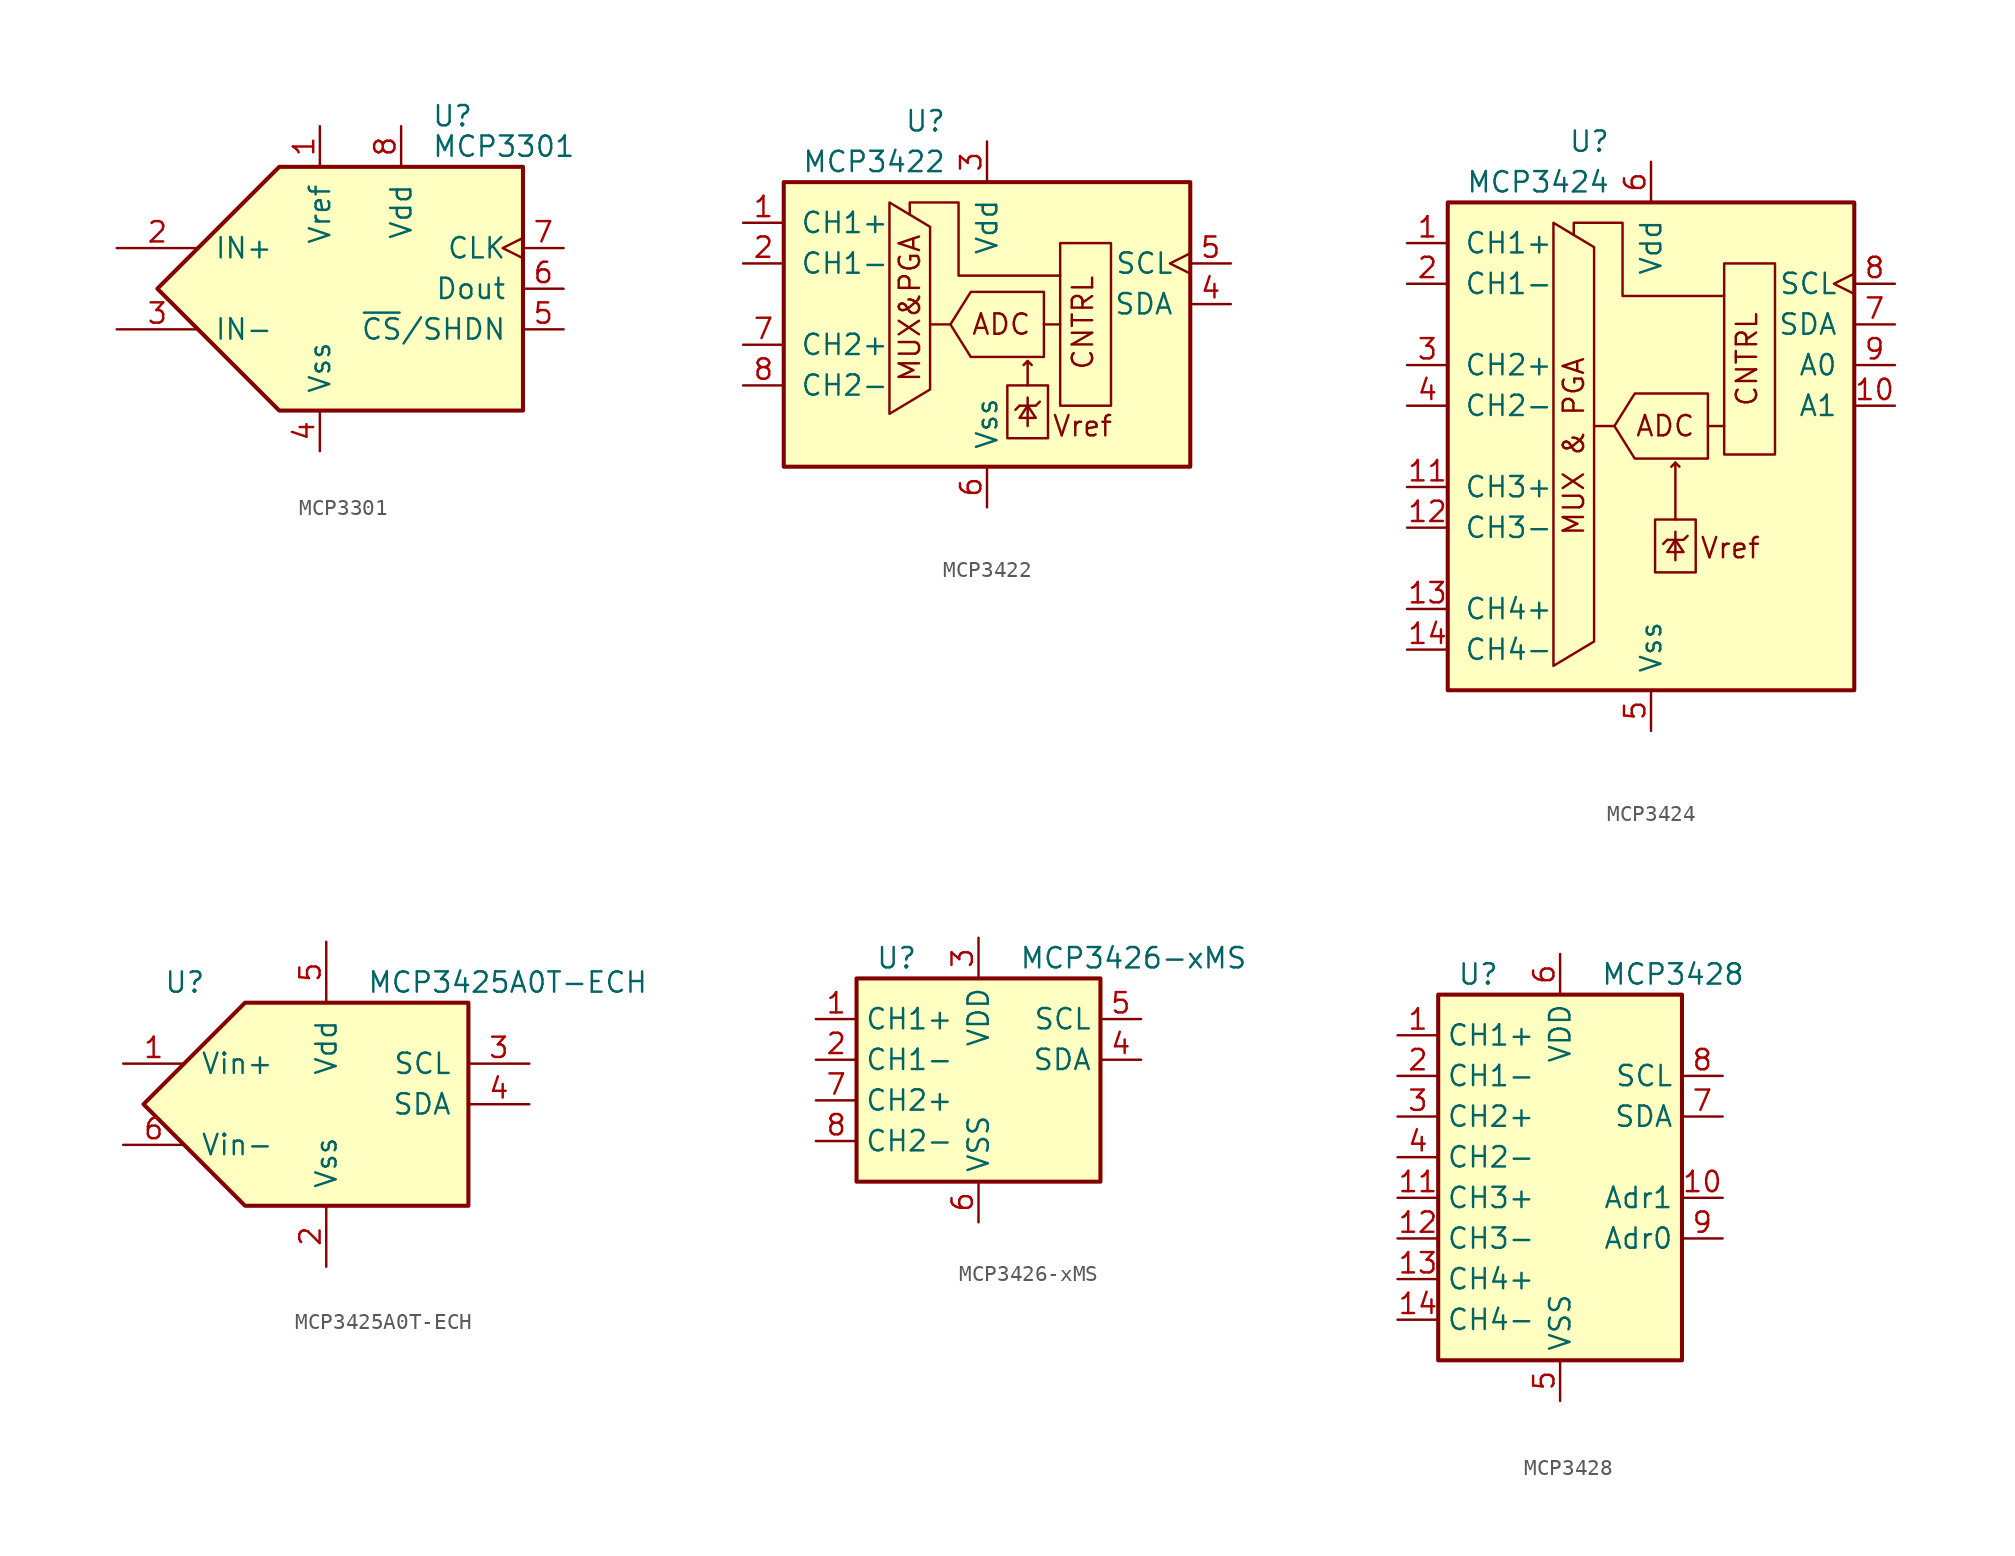
<source format=kicad_sym>
(kicad_symbol_lib
  (version 20200908)
  (generator kicad_symbol_editor)
  (symbol "Analog_ADC:MCP3301"
    (pin_names
      (offset 1.016))
    (property "Reference" "U"
      (at 4.445 10.795 0)
      (effects (font (size 1.27 1.27)) (justify left)))
    (property "Value" "MCP3301"
      (at 4.445 8.89 0)
      (effects (font (size 1.27 1.27)) (justify left)))
    (symbol "MCP3301_0_0"
      (polyline (pts (xy -12.7 0) (xy -5.08 7.62) (xy 10.16 7.62) (xy 10.16 -7.62) (xy -5.08 -7.62) (xy -12.7 0)) (stroke (width 0.254)) (fill (type background))))
    (symbol "MCP3301_1_1"
      (pin power_in line (at -2.54 10.16 270) (length 2.54) (name "Vref" (effects (font (size 1.27 1.27)))) (number "1" (effects (font (size 1.27 1.27)))))
      (pin input line (at -15.24 2.54 0) (length 5.08) (name "IN+" (effects (font (size 1.27 1.27)))) (number "2" (effects (font (size 1.27 1.27)))))
      (pin input line (at -15.24 -2.54 0) (length 5.08) (name "IN-" (effects (font (size 1.27 1.27)))) (number "3" (effects (font (size 1.27 1.27)))))
      (pin power_in line (at -2.54 -10.16 90) (length 2.54) (name "Vss" (effects (font (size 1.27 1.27)))) (number "4" (effects (font (size 1.27 1.27)))))
      (pin input line (at 12.7 -2.54 180) (length 2.54) (name "~CS~/SHDN" (effects (font (size 1.27 1.27)))) (number "5" (effects (font (size 1.27 1.27)))))
      (pin output line (at 12.7 0 180) (length 2.54) (name "Dout" (effects (font (size 1.27 1.27)))) (number "6" (effects (font (size 1.27 1.27)))))
      (pin input clock (at 12.7 2.54 180) (length 2.54) (name "CLK" (effects (font (size 1.27 1.27)))) (number "7" (effects (font (size 1.27 1.27)))))
      (pin power_in line (at 2.54 10.16 270) (length 2.54) (name "Vdd" (effects (font (size 1.27 1.27)))) (number "8" (effects (font (size 1.27 1.27)))))))
  (symbol "Analog_ADC:MCP3422"
    (pin_names
      (offset 1.016))
    (property "Reference" "U"
      (at -2.54 11.43 0)
      (effects (font (size 1.27 1.27)) (justify right)))
    (property "Value" "MCP3422"
      (at -2.54 8.89 0)
      (effects (font (size 1.27 1.27)) (justify right)))
    (symbol "MCP3422_0_0"
      (text "ADC" (at 0.889 -1.27 0) (effects (font (size 1.27 1.27))))
      (text "CNTRL" (at 6.731 -4.191 900) (effects (font (size 1.27 1.27)) (justify left bottom)))
      (text "MUX&PGA" (at -4.826 -0.254 900) (effects (font (size 1.27 1.27))))
      (text "Vref" (at 5.969 -7.62 0) (effects (font (size 1.27 1.27))))
      (polyline (pts (xy -6.096 6.35) (xy -3.556 4.826) (xy -3.556 -5.334) (xy -6.096 -6.858) (xy -6.096 6.35)) (stroke (width 0)) (fill (type none)))
      (polyline (pts (xy 4.572 1.778) (xy -1.778 1.778) (xy -1.778 6.35) (xy -4.826 6.35) (xy -4.826 5.588)) (stroke (width 0)) (fill (type none)))
      (polyline (pts (xy 3.556 0.762) (xy 3.556 -3.302) (xy -1.016 -3.302) (xy -2.286 -1.27) (xy -1.016 0.762) (xy 3.556 0.762)) (stroke (width 0)) (fill (type none))))
    (symbol "MCP3422_0_1"
      (rectangle (start 1.27 -5.08) (end 3.81 -8.382) (stroke (width 0)) (fill (type none)))
      (rectangle (start 4.572 -6.35) (end 7.747 3.81) (stroke (width 0)) (fill (type none)))
      (rectangle (start 12.7 7.62) (end -12.7 -10.16) (stroke (width 0.254)) (fill (type background)))
      (polyline (pts (xy -3.556 -1.27) (xy -2.286 -1.27)) (stroke (width 0)) (fill (type none)))
      (polyline (pts (xy 2.032 -6.35) (xy 1.778 -6.604)) (stroke (width 0)) (fill (type none)))
      (polyline (pts (xy 2.54 -5.842) (xy 2.54 -7.62)) (stroke (width 0)) (fill (type none)))
      (polyline (pts (xy 2.54 -3.556) (xy 2.794 -3.81)) (stroke (width 0)) (fill (type none)))
      (polyline (pts (xy 3.556 -1.27) (xy 4.572 -1.27)) (stroke (width 0)) (fill (type none)))
      (polyline (pts (xy 2.032 -6.35) (xy 3.048 -6.35) (xy 3.302 -6.096)) (stroke (width 0)) (fill (type none)))
      (polyline (pts (xy 2.54 -5.08) (xy 2.54 -3.556) (xy 2.286 -3.81)) (stroke (width 0)) (fill (type none)))
      (polyline (pts (xy 2.54 -6.35) (xy 2.032 -7.112) (xy 3.048 -7.112) (xy 2.54 -6.35)) (stroke (width 0)) (fill (type none))))
    (symbol "MCP3422_1_1"
      (pin input line (at -15.24 5.08 0) (length 2.54) (name "CH1+" (effects (font (size 1.27 1.27)))) (number "1" (effects (font (size 1.27 1.27)))))
      (pin input line (at -15.24 2.54 0) (length 2.54) (name "CH1-" (effects (font (size 1.27 1.27)))) (number "2" (effects (font (size 1.27 1.27)))))
      (pin power_in line (at 0 10.16 270) (length 2.54) (name "Vdd" (effects (font (size 1.27 1.27)))) (number "3" (effects (font (size 1.27 1.27)))))
      (pin bidirectional line (at 15.24 0 180) (length 2.54) (name "SDA" (effects (font (size 1.27 1.27)))) (number "4" (effects (font (size 1.27 1.27)))))
      (pin input clock (at 15.24 2.54 180) (length 2.54) (name "SCL" (effects (font (size 1.27 1.27)))) (number "5" (effects (font (size 1.27 1.27)))))
      (pin power_in line (at 0 -12.7 90) (length 2.54) (name "Vss" (effects (font (size 1.27 1.27)))) (number "6" (effects (font (size 1.27 1.27)))))
      (pin input line (at -15.24 -2.54 0) (length 2.54) (name "CH2+" (effects (font (size 1.27 1.27)))) (number "7" (effects (font (size 1.27 1.27)))))
      (pin input line (at -15.24 -5.08 0) (length 2.54) (name "CH2-" (effects (font (size 1.27 1.27)))) (number "8" (effects (font (size 1.27 1.27)))))))
  (symbol "Analog_ADC:MCP3424"
    (pin_names
      (offset 1.016))
    (property "Reference" "U"
      (at -2.54 11.43 0)
      (effects (font (size 1.27 1.27)) (justify right)))
    (property "Value" "MCP3424"
      (at -2.54 8.89 0)
      (effects (font (size 1.27 1.27)) (justify right)))
    (symbol "MCP3424_0_0"
      (text "ADC" (at 0.889 -6.35 0) (effects (font (size 1.27 1.27))))
      (text "CNTRL" (at 6.731 -5.207 900) (effects (font (size 1.27 1.27)) (justify left bottom)))
      (text "MUX & PGA" (at -4.826 -7.62 900) (effects (font (size 1.27 1.27))))
      (text "Vref" (at 4.953 -13.97 0) (effects (font (size 1.27 1.27))))
      (polyline (pts (xy -6.096 6.35) (xy -3.556 4.826) (xy -3.556 -19.812) (xy -6.096 -21.336) (xy -6.096 6.35)) (stroke (width 0)) (fill (type none)))
      (polyline (pts (xy 4.572 1.778) (xy -1.778 1.778) (xy -1.778 6.35) (xy -4.826 6.35) (xy -4.826 5.588)) (stroke (width 0)) (fill (type none)))
      (polyline (pts (xy 3.556 -4.318) (xy 3.556 -8.382) (xy -1.016 -8.382) (xy -2.286 -6.35) (xy -1.016 -4.318) (xy 3.556 -4.318)) (stroke (width 0)) (fill (type none))))
    (symbol "MCP3424_0_1"
      (rectangle (start 0.254 -12.192) (end 2.794 -15.494) (stroke (width 0)) (fill (type none)))
      (rectangle (start 4.572 -8.128) (end 7.747 3.81) (stroke (width 0)) (fill (type none)))
      (rectangle (start 12.7 7.62) (end -12.7 -22.86) (stroke (width 0.254)) (fill (type background)))
      (polyline (pts (xy -3.556 -6.35) (xy -2.286 -6.35)) (stroke (width 0)) (fill (type none)))
      (polyline (pts (xy 1.016 -13.462) (xy 0.762 -13.716)) (stroke (width 0)) (fill (type none)))
      (polyline (pts (xy 1.524 -12.954) (xy 1.524 -14.732)) (stroke (width 0)) (fill (type none)))
      (polyline (pts (xy 1.524 -8.636) (xy 1.778 -8.89)) (stroke (width 0)) (fill (type none)))
      (polyline (pts (xy 3.556 -6.35) (xy 4.572 -6.35)) (stroke (width 0)) (fill (type none)))
      (polyline (pts (xy 1.016 -13.462) (xy 2.032 -13.462) (xy 2.286 -13.208)) (stroke (width 0)) (fill (type none)))
      (polyline (pts (xy 1.524 -12.192) (xy 1.524 -8.636) (xy 1.27 -8.89)) (stroke (width 0)) (fill (type none)))
      (polyline (pts (xy 1.524 -13.462) (xy 1.016 -14.224) (xy 2.032 -14.224) (xy 1.524 -13.462)) (stroke (width 0)) (fill (type none))))
    (symbol "MCP3424_1_1"
      (pin input line (at -15.24 5.08 0) (length 2.54) (name "CH1+" (effects (font (size 1.27 1.27)))) (number "1" (effects (font (size 1.27 1.27)))))
      (pin input line (at 15.24 -5.08 180) (length 2.54) (name "A1" (effects (font (size 1.27 1.27)))) (number "10" (effects (font (size 1.27 1.27)))))
      (pin input line (at -15.24 -10.16 0) (length 2.54) (name "CH3+" (effects (font (size 1.27 1.27)))) (number "11" (effects (font (size 1.27 1.27)))))
      (pin input line (at -15.24 -12.7 0) (length 2.54) (name "CH3-" (effects (font (size 1.27 1.27)))) (number "12" (effects (font (size 1.27 1.27)))))
      (pin input line (at -15.24 -17.78 0) (length 2.54) (name "CH4+" (effects (font (size 1.27 1.27)))) (number "13" (effects (font (size 1.27 1.27)))))
      (pin input line (at -15.24 -20.32 0) (length 2.54) (name "CH4-" (effects (font (size 1.27 1.27)))) (number "14" (effects (font (size 1.27 1.27)))))
      (pin input line (at -15.24 2.54 0) (length 2.54) (name "CH1-" (effects (font (size 1.27 1.27)))) (number "2" (effects (font (size 1.27 1.27)))))
      (pin input line (at -15.24 -2.54 0) (length 2.54) (name "CH2+" (effects (font (size 1.27 1.27)))) (number "3" (effects (font (size 1.27 1.27)))))
      (pin input line (at -15.24 -5.08 0) (length 2.54) (name "CH2-" (effects (font (size 1.27 1.27)))) (number "4" (effects (font (size 1.27 1.27)))))
      (pin power_in line (at 0 -25.4 90) (length 2.54) (name "Vss" (effects (font (size 1.27 1.27)))) (number "5" (effects (font (size 1.27 1.27)))))
      (pin power_in line (at 0 10.16 270) (length 2.54) (name "Vdd" (effects (font (size 1.27 1.27)))) (number "6" (effects (font (size 1.27 1.27)))))
      (pin bidirectional line (at 15.24 0 180) (length 2.54) (name "SDA" (effects (font (size 1.27 1.27)))) (number "7" (effects (font (size 1.27 1.27)))))
      (pin input clock (at 15.24 2.54 180) (length 2.54) (name "SCL" (effects (font (size 1.27 1.27)))) (number "8" (effects (font (size 1.27 1.27)))))
      (pin input line (at 15.24 -2.54 180) (length 2.54) (name "A0" (effects (font (size 1.27 1.27)))) (number "9" (effects (font (size 1.27 1.27)))))))
  (symbol "Analog_ADC:MCP3425A0T-ECH"
    (pin_names
      (offset 1.016))
    (property "Reference" "U"
      (at -10.16 7.62 0)
      (effects (font (size 1.27 1.27)) (justify left)))
    (property "Value" "MCP3425A0T-ECH"
      (at 2.54 7.62 0)
      (effects (font (size 1.27 1.27)) (justify left)))
    (symbol "MCP3425A0T-ECH_0_1"
      (polyline (pts (xy -5.08 6.35) (xy 8.89 6.35) (xy 8.89 0) (xy 8.89 -6.35) (xy -5.08 -6.35) (xy -11.43 0) (xy -5.08 6.35)) (stroke (width 0.254)) (fill (type background))))
    (symbol "MCP3425A0T-ECH_1_1"
      (pin passive line (at -12.7 2.54 0) (length 3.81) (name "Vin+" (effects (font (size 1.27 1.27)))) (number "1" (effects (font (size 1.27 1.27)))))
      (pin power_in line (at 0 -10.16 90) (length 3.81) (name "Vss" (effects (font (size 1.27 1.27)))) (number "2" (effects (font (size 1.27 1.27)))))
      (pin input line (at 12.7 2.54 180) (length 3.81) (name "SCL" (effects (font (size 1.27 1.27)))) (number "3" (effects (font (size 1.27 1.27)))))
      (pin bidirectional line (at 12.7 0 180) (length 3.81) (name "SDA" (effects (font (size 1.27 1.27)))) (number "4" (effects (font (size 1.27 1.27)))))
      (pin power_in line (at 0 10.16 270) (length 3.81) (name "Vdd" (effects (font (size 1.27 1.27)))) (number "5" (effects (font (size 1.27 1.27)))))
      (pin passive line (at -12.7 -2.54 0) (length 3.81) (name "Vin-" (effects (font (size 1.27 1.27)))) (number "6" (effects (font (size 1.27 1.27)))))))
  (symbol "Analog_ADC:MCP3426-xMS"
    (property "Reference" "U"
      (at -3.81 8.89 0)
      (effects (font (size 1.27 1.27)) (justify right)))
    (property "Value" "MCP3426-xMS"
      (at 2.54 8.89 0)
      (effects (font (size 1.27 1.27)) (justify left)))
    (symbol "MCP3426-xMS_0_1"
      (rectangle (start -7.62 7.62) (end 7.62 -5.08) (stroke (width 0.254)) (fill (type background))))
    (symbol "MCP3426-xMS_1_1"
      (pin input line (at -10.16 5.08 0) (length 2.54) (name "CH1+" (effects (font (size 1.27 1.27)))) (number "1" (effects (font (size 1.27 1.27)))))
      (pin input line (at -10.16 2.54 0) (length 2.54) (name "CH1-" (effects (font (size 1.27 1.27)))) (number "2" (effects (font (size 1.27 1.27)))))
      (pin power_in line (at 0 10.16 270) (length 2.54) (name "VDD" (effects (font (size 1.27 1.27)))) (number "3" (effects (font (size 1.27 1.27)))))
      (pin bidirectional line (at 10.16 2.54 180) (length 2.54) (name "SDA" (effects (font (size 1.27 1.27)))) (number "4" (effects (font (size 1.27 1.27)))))
      (pin input line (at 10.16 5.08 180) (length 2.54) (name "SCL" (effects (font (size 1.27 1.27)))) (number "5" (effects (font (size 1.27 1.27)))))
      (pin power_in line (at 0 -7.62 90) (length 2.54) (name "VSS" (effects (font (size 1.27 1.27)))) (number "6" (effects (font (size 1.27 1.27)))))
      (pin input line (at -10.16 0 0) (length 2.54) (name "CH2+" (effects (font (size 1.27 1.27)))) (number "7" (effects (font (size 1.27 1.27)))))
      (pin input line (at -10.16 -2.54 0) (length 2.54) (name "CH2-" (effects (font (size 1.27 1.27)))) (number "8" (effects (font (size 1.27 1.27)))))))
  (symbol "Analog_ADC:MCP3428"
    (property "Reference" "U"
      (at -3.81 11.43 0)
      (effects (font (size 1.27 1.27)) (justify right)))
    (property "Value" "MCP3428"
      (at 2.54 11.43 0)
      (effects (font (size 1.27 1.27)) (justify left)))
    (symbol "MCP3428_0_1"
      (rectangle (start -7.62 10.16) (end 7.62 -12.7) (stroke (width 0.254)) (fill (type background))))
    (symbol "MCP3428_1_1"
      (pin input line (at -10.16 7.62 0) (length 2.54) (name "CH1+" (effects (font (size 1.27 1.27)))) (number "1" (effects (font (size 1.27 1.27)))))
      (pin input line (at 10.16 -2.54 180) (length 2.54) (name "Adr1" (effects (font (size 1.27 1.27)))) (number "10" (effects (font (size 1.27 1.27)))))
      (pin input line (at -10.16 -2.54 0) (length 2.54) (name "CH3+" (effects (font (size 1.27 1.27)))) (number "11" (effects (font (size 1.27 1.27)))))
      (pin input line (at -10.16 -5.08 0) (length 2.54) (name "CH3-" (effects (font (size 1.27 1.27)))) (number "12" (effects (font (size 1.27 1.27)))))
      (pin input line (at -10.16 -7.62 0) (length 2.54) (name "CH4+" (effects (font (size 1.27 1.27)))) (number "13" (effects (font (size 1.27 1.27)))))
      (pin input line (at -10.16 -10.16 0) (length 2.54) (name "CH4-" (effects (font (size 1.27 1.27)))) (number "14" (effects (font (size 1.27 1.27)))))
      (pin input line (at -10.16 5.08 0) (length 2.54) (name "CH1-" (effects (font (size 1.27 1.27)))) (number "2" (effects (font (size 1.27 1.27)))))
      (pin input line (at -10.16 2.54 0) (length 2.54) (name "CH2+" (effects (font (size 1.27 1.27)))) (number "3" (effects (font (size 1.27 1.27)))))
      (pin input line (at -10.16 0 0) (length 2.54) (name "CH2-" (effects (font (size 1.27 1.27)))) (number "4" (effects (font (size 1.27 1.27)))))
      (pin power_in line (at 0 -15.24 90) (length 2.54) (name "VSS" (effects (font (size 1.27 1.27)))) (number "5" (effects (font (size 1.27 1.27)))))
      (pin power_in line (at 0 12.7 270) (length 2.54) (name "VDD" (effects (font (size 1.27 1.27)))) (number "6" (effects (font (size 1.27 1.27)))))
      (pin bidirectional line (at 10.16 2.54 180) (length 2.54) (name "SDA" (effects (font (size 1.27 1.27)))) (number "7" (effects (font (size 1.27 1.27)))))
      (pin input line (at 10.16 5.08 180) (length 2.54) (name "SCL" (effects (font (size 1.27 1.27)))) (number "8" (effects (font (size 1.27 1.27)))))
      (pin input line (at 10.16 -5.08 180) (length 2.54) (name "Adr0" (effects (font (size 1.27 1.27)))) (number "9" (effects (font (size 1.27 1.27))))))))
</source>
